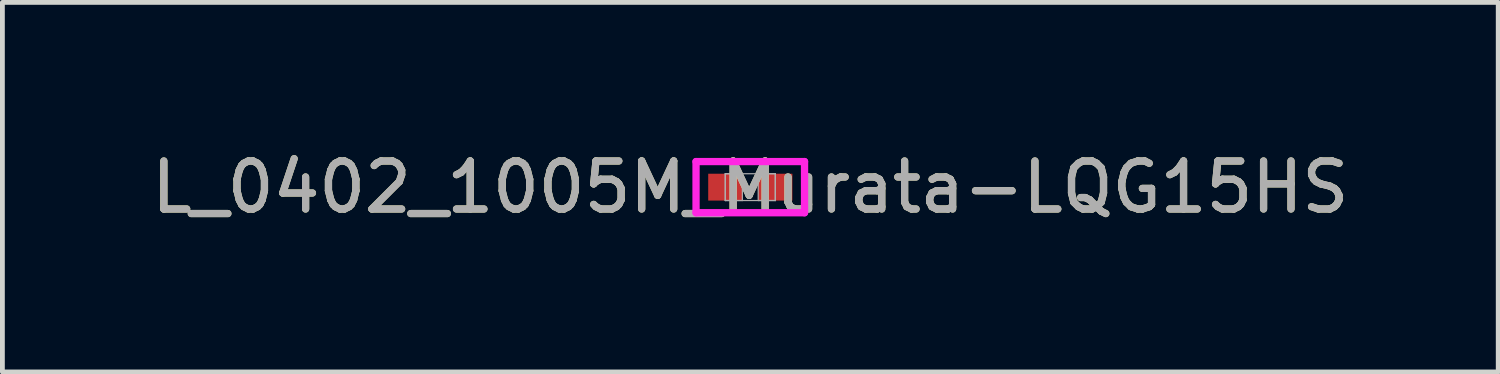
<source format=kicad_pcb>
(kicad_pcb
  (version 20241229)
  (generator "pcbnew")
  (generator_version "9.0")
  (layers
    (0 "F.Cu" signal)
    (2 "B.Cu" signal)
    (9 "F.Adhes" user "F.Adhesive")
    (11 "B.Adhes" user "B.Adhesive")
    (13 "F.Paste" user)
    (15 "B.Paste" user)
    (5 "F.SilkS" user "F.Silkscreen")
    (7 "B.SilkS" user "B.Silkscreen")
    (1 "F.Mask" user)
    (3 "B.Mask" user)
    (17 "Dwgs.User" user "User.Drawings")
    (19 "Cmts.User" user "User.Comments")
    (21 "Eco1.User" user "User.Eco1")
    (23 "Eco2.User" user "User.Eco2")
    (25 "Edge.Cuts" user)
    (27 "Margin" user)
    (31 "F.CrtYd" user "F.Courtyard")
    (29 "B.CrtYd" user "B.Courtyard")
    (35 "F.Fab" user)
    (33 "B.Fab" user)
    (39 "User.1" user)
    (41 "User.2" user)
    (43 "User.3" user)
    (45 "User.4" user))
  (footprint "L_0402_1005M_Murata-LQG15HS"
    (layer "F.Cu")
    (at 12.577 0.848)
    (property "Reference" "L_0402_1005M_Murata-LQG15HS" (at 0 0 0) (unlocked yes) (layer "F.SilkS") (effects (font (size 1 1) (thickness 0.15))))
    (attr smd)
    (fp_line (start -1.13 -0.533) (end 1.13 -0.533) (stroke (width 0.152) (type solid)) (layer "F.CrtYd"))
    (fp_line (start -1.13 0.533) (end -1.13 -0.533) (stroke (width 0.152) (type solid)) (layer "F.CrtYd"))
    (fp_line (start 1.13 -0.533) (end 1.13 0.533) (stroke (width 0.152) (type solid)) (layer "F.CrtYd"))
    (fp_line (start 1.13 0.533) (end -1.13 0.533) (stroke (width 0.152) (type solid)) (layer "F.CrtYd"))
    (fp_line (start -0.521 -0.279) (end -0.521 0.279) (stroke (width 0.025) (type solid)) (layer "F.Fab"))
    (fp_line (start -0.521 -0.279) (end -0.521 0.279) (stroke (width 0.025) (type solid)) (layer "F.Fab"))
    (fp_line (start -0.521 0.279) (end -0.165 0.279) (stroke (width 0.025) (type solid)) (layer "F.Fab"))
    (fp_line (start -0.521 0.279) (end 0.521 0.279) (stroke (width 0.025) (type solid)) (layer "F.Fab"))
    (fp_line (start -0.165 -0.279) (end -0.521 -0.279) (stroke (width 0.025) (type solid)) (layer "F.Fab"))
    (fp_line (start -0.165 0.279) (end -0.165 -0.279) (stroke (width 0.025) (type solid)) (layer "F.Fab"))
    (fp_line (start 0.165 -0.279) (end 0.165 0.279) (stroke (width 0.025) (type solid)) (layer "F.Fab"))
    (fp_line (start 0.165 0.279) (end 0.521 0.279) (stroke (width 0.025) (type solid)) (layer "F.Fab"))
    (fp_line (start 0.521 -0.279) (end -0.521 -0.279) (stroke (width 0.025) (type solid)) (layer "F.Fab"))
    (fp_line (start 0.521 -0.279) (end 0.165 -0.279) (stroke (width 0.025) (type solid)) (layer "F.Fab"))
    (fp_line (start 0.521 0.279) (end 0.521 -0.279) (stroke (width 0.025) (type solid)) (layer "F.Fab"))
    (fp_line (start 0.521 0.279) (end 0.521 -0.279) (stroke (width 0.025) (type solid)) (layer "F.Fab"))
    (fp_circle (center -0.394 0) (end -0.394 0) (stroke (width 0.025) (type solid)) (fill no) (layer "F.Fab"))
    (fp_text user "${REFERENCE}" (at 0 0 0) (unlocked yes) (layer "F.Fab") (effects (font (size 1 1) (thickness 0.15))))
    (pad "1" smd rect (at -0.521 0) (size 0.711 0.559) (layers "F.Cu" "F.Mask" "F.Paste"))
    (pad "2" smd rect (at 0.521 0) (size 0.711 0.559) (layers "F.Cu" "F.Mask" "F.Paste"))
    (zone (net_name "") (layer "F.Cu") (hatch full 0.508) (connect_pads) (min_thickness 0.254) (filled_areas_thickness no) (keepout (tracks not_allowed) (vias not_allowed) (pads allowed) (copperpour not_allowed) (footprints allowed)) (placement (enabled no)) (fill) (polygon (pts (xy 12.463 0.62) (xy 12.692 0.62) (xy 12.692 1.077) (xy 12.463 1.077)))))
  (gr_rect
    (start -3 -3)
    (end 28.155 4.697)
    (stroke (width 0.1) (type default))
    (fill no)
    (layer "Edge.Cuts")))
</source>
